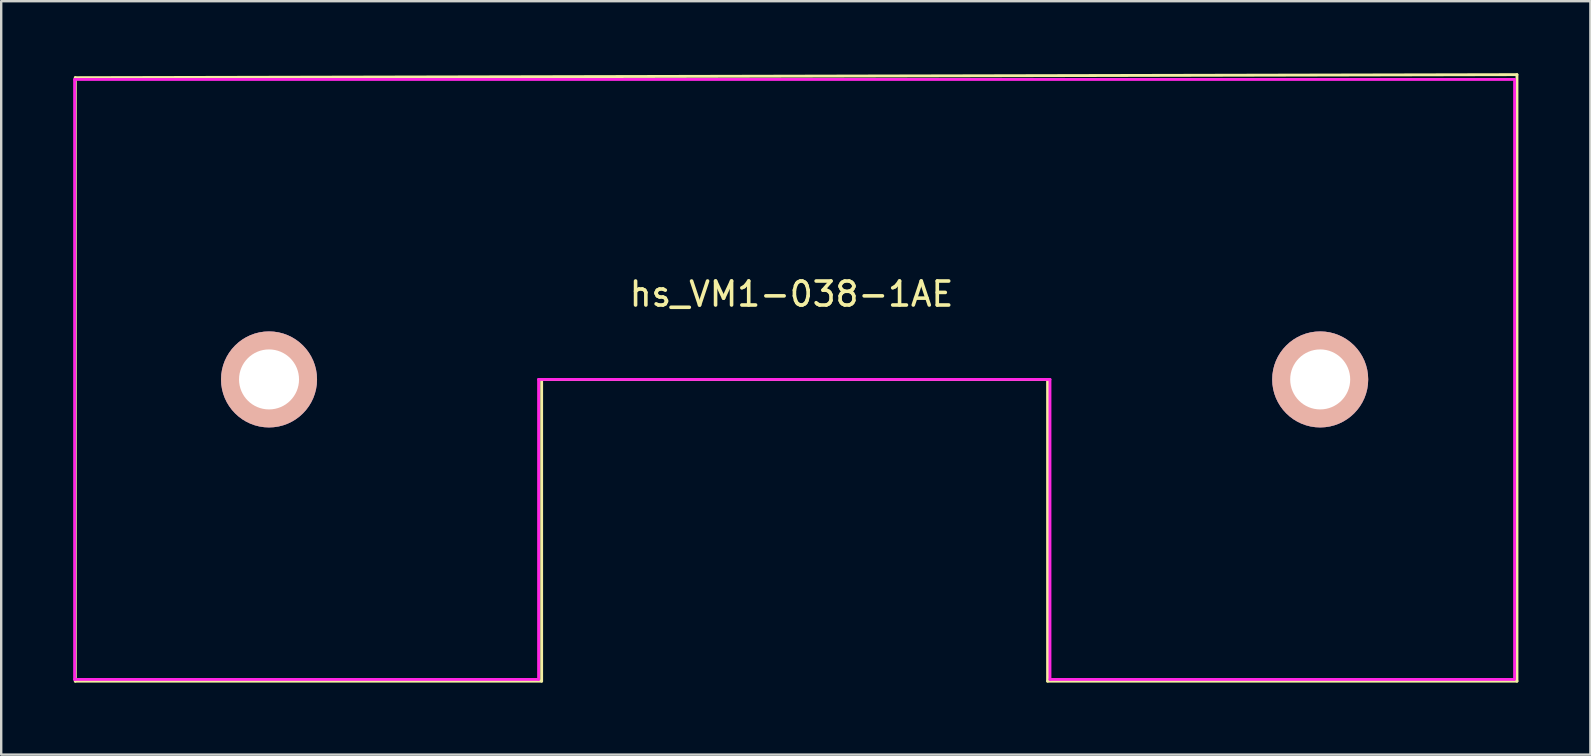
<source format=kicad_pcb>
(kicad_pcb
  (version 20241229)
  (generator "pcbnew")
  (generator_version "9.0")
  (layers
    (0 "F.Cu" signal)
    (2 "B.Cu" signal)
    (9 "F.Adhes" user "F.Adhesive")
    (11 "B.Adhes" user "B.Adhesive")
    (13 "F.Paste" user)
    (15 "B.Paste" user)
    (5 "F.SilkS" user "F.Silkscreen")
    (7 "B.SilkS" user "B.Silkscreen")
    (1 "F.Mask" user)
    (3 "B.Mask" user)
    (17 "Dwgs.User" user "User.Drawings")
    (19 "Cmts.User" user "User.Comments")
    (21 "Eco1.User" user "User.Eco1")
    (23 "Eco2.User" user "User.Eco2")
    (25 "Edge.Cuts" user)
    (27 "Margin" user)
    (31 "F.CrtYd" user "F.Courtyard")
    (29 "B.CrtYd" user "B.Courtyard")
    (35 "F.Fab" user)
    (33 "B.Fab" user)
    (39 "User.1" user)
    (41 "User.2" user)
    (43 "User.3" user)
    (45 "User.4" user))
  (footprint "hs_VM1-038-1AE"
    (layer "F.Cu")
    (at 30.06 12.76)
    (property "Reference" "hs_VM1-038-1AE" (at -0.127 -3.556 0) (layer "F.SilkS") (effects (font (size 1 1) (thickness 0.15))))
    (attr through_hole)
    (fp_line (start -29.972 -12.573) (end -29.972 12.573) (stroke (width 0.12) (type solid)) (layer "F.SilkS"))
    (fp_line (start -29.972 12.573) (end -10.541 12.573) (stroke (width 0.12) (type solid)) (layer "F.SilkS"))
    (fp_line (start -10.541 0) (end 10.541 0) (stroke (width 0.12) (type solid)) (layer "F.SilkS"))
    (fp_line (start -10.541 12.573) (end -10.541 0) (stroke (width 0.12) (type solid)) (layer "F.SilkS"))
    (fp_line (start 10.541 0) (end 10.541 12.573) (stroke (width 0.12) (type solid)) (layer "F.SilkS"))
    (fp_line (start 10.541 12.573) (end 30.099 12.573) (stroke (width 0.12) (type solid)) (layer "F.SilkS"))
    (fp_line (start 30.099 -12.7) (end -29.972 -12.573) (stroke (width 0.12) (type solid)) (layer "F.SilkS"))
    (fp_line (start 30.099 12.573) (end 30.099 -12.7) (stroke (width 0.12) (type solid)) (layer "F.SilkS"))
    (fp_line (start -30 -12.5) (end -30 12.5) (stroke (width 0.12) (type solid)) (layer "F.CrtYd"))
    (fp_line (start -30 -12.5) (end 30 -12.5) (stroke (width 0.12) (type solid)) (layer "F.CrtYd"))
    (fp_line (start -30 12.5) (end -10.668 12.5) (stroke (width 0.12) (type solid)) (layer "F.CrtYd"))
    (fp_line (start -10.668 12.5) (end -10.668 0) (stroke (width 0.12) (type solid)) (layer "F.CrtYd"))
    (fp_line (start 10.64 0) (end -10.668 0) (stroke (width 0.12) (type solid)) (layer "F.CrtYd"))
    (fp_line (start 10.64 12.5) (end 10.64 0) (stroke (width 0.12) (type solid)) (layer "F.CrtYd"))
    (fp_line (start 10.64 12.5) (end 29.972 12.5) (stroke (width 0.12) (type solid)) (layer "F.CrtYd"))
    (fp_line (start 30 -12.5) (end 30 12.5) (stroke (width 0.12) (type solid)) (layer "F.CrtYd"))
    (pad "1" thru_hole circle (at -21.9 0) (size 4 4) (drill 2.5) (layers "*.Cu" "*.Mask" "B.SilkS"))
    (pad "2" thru_hole circle (at 21.9 0) (size 4 4) (drill 2.5) (layers "*.Cu" "*.Mask" "B.SilkS")))
  (gr_rect
    (start -3 -3)
    (end 63.219 28.393)
    (stroke (width 0.1) (type default))
    (fill no)
    (layer "Edge.Cuts")))
</source>
